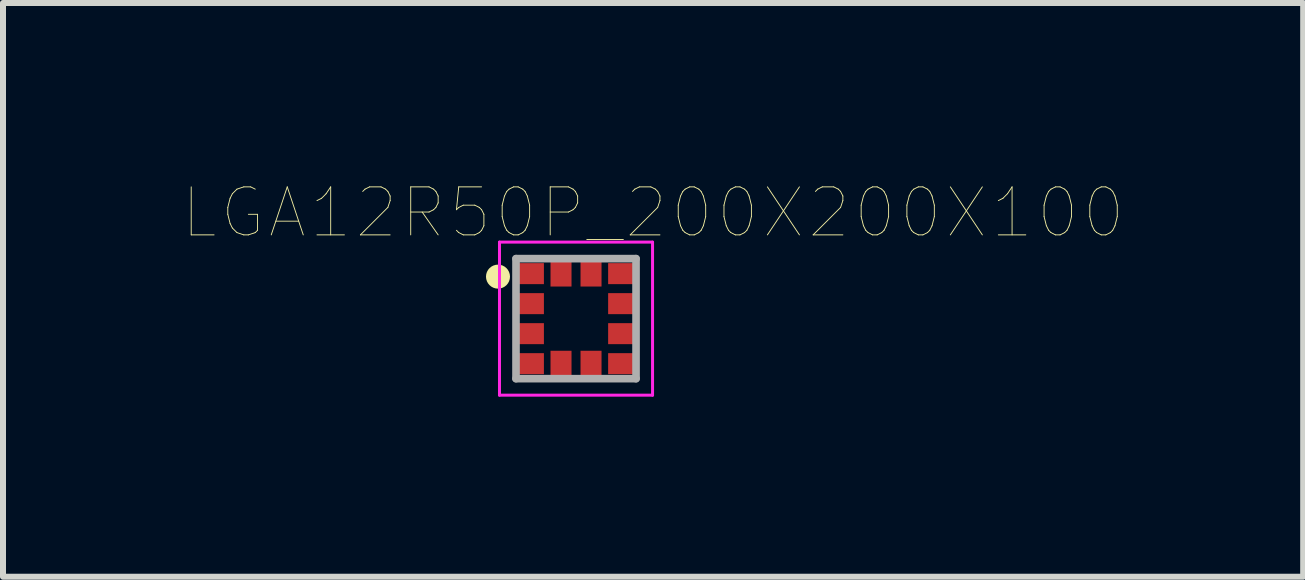
<source format=kicad_pcb>
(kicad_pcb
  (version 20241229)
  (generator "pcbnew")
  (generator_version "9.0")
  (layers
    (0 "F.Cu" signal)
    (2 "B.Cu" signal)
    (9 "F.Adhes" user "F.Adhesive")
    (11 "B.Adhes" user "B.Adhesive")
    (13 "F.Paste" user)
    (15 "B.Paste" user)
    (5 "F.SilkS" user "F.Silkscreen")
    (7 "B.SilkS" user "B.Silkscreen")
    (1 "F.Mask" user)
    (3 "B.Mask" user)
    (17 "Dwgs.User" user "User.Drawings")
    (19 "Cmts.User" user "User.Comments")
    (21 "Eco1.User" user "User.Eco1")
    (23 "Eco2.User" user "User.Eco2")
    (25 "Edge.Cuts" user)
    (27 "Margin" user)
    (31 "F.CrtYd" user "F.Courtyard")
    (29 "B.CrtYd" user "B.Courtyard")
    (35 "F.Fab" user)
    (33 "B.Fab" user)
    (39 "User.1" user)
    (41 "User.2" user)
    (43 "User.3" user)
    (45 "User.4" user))
  (footprint "LGA12R50P_200X200X100"
    (layer "F.Cu")
    (at 6.547 2.259)
    (property "Reference" "LGA12R50P_200X200X100" (at 1.284 -1.765 0) (layer "F.SilkS") (effects (font (size 0.8 0.8) (thickness 0.015))))
    (attr through_hole)
    (fp_poly (pts (xy -1.026 -0.46) (xy -0.5 -0.46) (xy -0.5 -0.04) (xy -1.026 -0.04)) (stroke (width 0.01) (type solid)) (fill yes) (layer "F.Mask"))
    (fp_poly (pts (xy -1.024 0.04) (xy -0.5 0.04) (xy -0.5 0.462) (xy -1.024 0.462)) (stroke (width 0.01) (type solid)) (fill yes) (layer "F.Mask"))
    (fp_poly (pts (xy -1.024 -0.96) (xy -0.5 -0.96) (xy -0.5 -0.542) (xy -1.024 -0.542)) (stroke (width 0.01) (type solid)) (fill yes) (layer "F.Mask"))
    (fp_poly (pts (xy -1.024 0.54) (xy -0.5 0.54) (xy -0.5 0.963) (xy -1.024 0.963)) (stroke (width 0.01) (type solid)) (fill yes) (layer "F.Mask"))
    (fp_poly (pts (xy -0.462 0.5) (xy -0.04 0.5) (xy -0.04 1.024) (xy -0.462 1.024)) (stroke (width 0.01) (type solid)) (fill yes) (layer "F.Mask"))
    (fp_poly (pts (xy -0.462 -1.02) (xy -0.04 -1.02) (xy -0.04 -0.502) (xy -0.462 -0.502)) (stroke (width 0.01) (type solid)) (fill yes) (layer "F.Mask"))
    (fp_poly (pts (xy 0.04 -1.02) (xy 0.46 -1.02) (xy 0.46 -0.501) (xy 0.04 -0.501)) (stroke (width 0.01) (type solid)) (fill yes) (layer "F.Mask"))
    (fp_poly (pts (xy 0.04 0.5) (xy 0.46 0.5) (xy 0.46 1.026) (xy 0.04 1.026)) (stroke (width 0.01) (type solid)) (fill yes) (layer "F.Mask"))
    (fp_poly (pts (xy 0.506 0.04) (xy 1.025 0.04) (xy 1.025 0.461) (xy 0.506 0.461)) (stroke (width 0.01) (type solid)) (fill yes) (layer "F.Mask"))
    (fp_poly (pts (xy 0.506 -0.46) (xy 1.025 -0.46) (xy 1.025 -0.04) (xy 0.506 -0.04)) (stroke (width 0.01) (type solid)) (fill yes) (layer "F.Mask"))
    (fp_poly (pts (xy 0.508 -0.96) (xy 1.025 -0.96) (xy 1.025 -0.543) (xy 0.508 -0.543)) (stroke (width 0.01) (type solid)) (fill yes) (layer "F.Mask"))
    (fp_poly (pts (xy 0.508 0.54) (xy 1.025 0.54) (xy 1.025 0.966) (xy 0.508 0.966)) (stroke (width 0.01) (type solid)) (fill yes) (layer "F.Mask"))
    (fp_circle (center -1.3 -0.7) (end -1.2 -0.7) (stroke (width 0.2) (type solid)) (fill no) (layer "F.SilkS"))
    (fp_line (start -1.275 -1.275) (end 1.275 -1.275) (stroke (width 0.05) (type solid)) (layer "F.CrtYd"))
    (fp_line (start -1.275 1.275) (end -1.275 -1.275) (stroke (width 0.05) (type solid)) (layer "F.CrtYd"))
    (fp_line (start 1.275 -1.275) (end 1.275 1.275) (stroke (width 0.05) (type solid)) (layer "F.CrtYd"))
    (fp_line (start 1.275 1.275) (end -1.275 1.275) (stroke (width 0.05) (type solid)) (layer "F.CrtYd"))
    (fp_line (start -1 -1) (end 1 -1) (stroke (width 0.127) (type solid)) (layer "F.Fab"))
    (fp_line (start -1 1) (end -1 -1) (stroke (width 0.127) (type solid)) (layer "F.Fab"))
    (fp_line (start 1 1) (end -1 1) (stroke (width 0.127) (type solid)) (layer "F.Fab"))
    (fp_line (start 1 1) (end 1 -1) (stroke (width 0.127) (type solid)) (layer "F.Fab"))
    (pad "1" smd rect (at -0.76 -0.75) (size 0.45 0.35) (layers "F.Cu" "F.Paste"))
    (pad "2" smd rect (at -0.76 -0.25) (size 0.45 0.35) (layers "F.Cu" "F.Paste"))
    (pad "3" smd rect (at -0.76 0.25) (size 0.45 0.35) (layers "F.Cu" "F.Paste"))
    (pad "4" smd rect (at -0.76 0.75) (size 0.45 0.35) (layers "F.Cu" "F.Paste"))
    (pad "5" smd rect (at -0.25 0.76) (size 0.35 0.45) (layers "F.Cu" "F.Paste"))
    (pad "6" smd rect (at 0.25 0.76) (size 0.35 0.45) (layers "F.Cu" "F.Paste"))
    (pad "7" smd rect (at 0.76 0.75) (size 0.45 0.35) (layers "F.Cu" "F.Paste"))
    (pad "8" smd rect (at 0.76 0.25) (size 0.45 0.35) (layers "F.Cu" "F.Paste"))
    (pad "9" smd rect (at 0.76 -0.25) (size 0.45 0.35) (layers "F.Cu" "F.Paste"))
    (pad "10" smd rect (at 0.76 -0.75) (size 0.45 0.35) (layers "F.Cu" "F.Paste"))
    (pad "11" smd rect (at 0.25 -0.76) (size 0.35 0.45) (layers "F.Cu" "F.Paste"))
    (pad "12" smd rect (at -0.25 -0.76) (size 0.35 0.45) (layers "F.Cu" "F.Paste")))
  (gr_rect
    (start -3 -3)
    (end 18.662 6.559)
    (stroke (width 0.1) (type default))
    (fill no)
    (layer "Edge.Cuts")))
</source>
